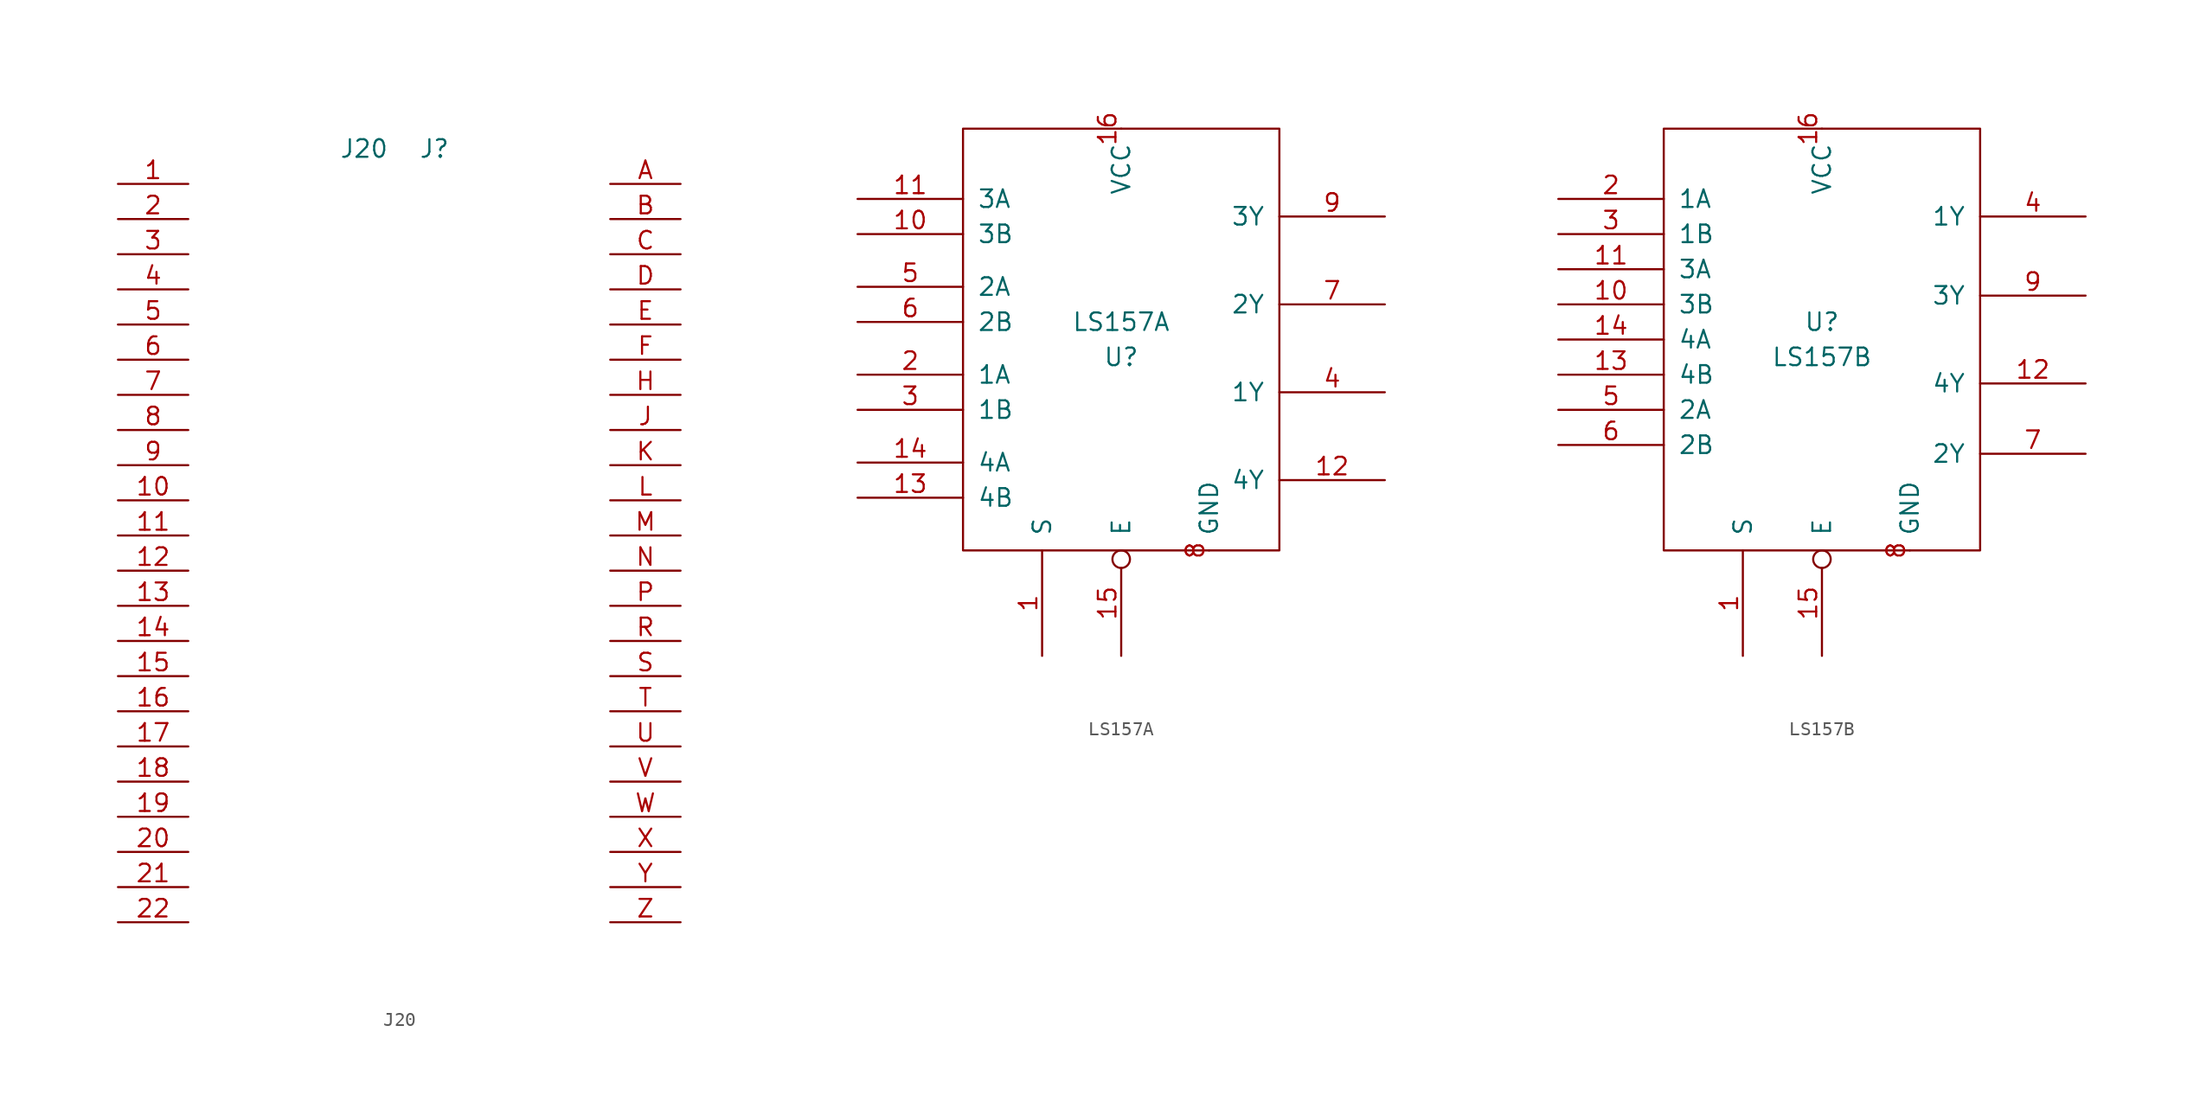
<source format=kicad_sym>
(kicad_symbol_lib
  (version 20211014)
  (generator kicad_symbol_editor)
  (symbol "J20"
    (pin_names
      (offset 1.016))
    (property "Reference" "J"
      (at 2.54 29.21 0)
      (effects (font (size 1.27 1.27))))
    (property "Value" "J20"
      (at -2.54 29.21 0)
      (effects (font (size 1.27 1.27))))
    (symbol "J20_1_1"
      (pin passive line (at -20.32 26.67 0) (length 5.08) (name "~" (effects (font (size 1.27 1.27)))) (number "1" (effects (font (size 1.27 1.27)))))
      (pin passive line (at -20.32 3.81 0) (length 5.08) (name "~" (effects (font (size 1.27 1.27)))) (number "10" (effects (font (size 1.27 1.27)))))
      (pin passive line (at -20.32 1.27 0) (length 5.08) (name "~" (effects (font (size 1.27 1.27)))) (number "11" (effects (font (size 1.27 1.27)))))
      (pin passive line (at -20.32 -1.27 0) (length 5.08) (name "~" (effects (font (size 1.27 1.27)))) (number "12" (effects (font (size 1.27 1.27)))))
      (pin passive line (at -20.32 -3.81 0) (length 5.08) (name "~" (effects (font (size 1.27 1.27)))) (number "13" (effects (font (size 1.27 1.27)))))
      (pin passive line (at -20.32 -6.35 0) (length 5.08) (name "~" (effects (font (size 1.27 1.27)))) (number "14" (effects (font (size 1.27 1.27)))))
      (pin passive line (at -20.32 -8.89 0) (length 5.08) (name "~" (effects (font (size 1.27 1.27)))) (number "15" (effects (font (size 1.27 1.27)))))
      (pin passive line (at -20.32 -11.43 0) (length 5.08) (name "~" (effects (font (size 1.27 1.27)))) (number "16" (effects (font (size 1.27 1.27)))))
      (pin passive line (at -20.32 -13.97 0) (length 5.08) (name "~" (effects (font (size 1.27 1.27)))) (number "17" (effects (font (size 1.27 1.27)))))
      (pin passive line (at -20.32 -16.51 0) (length 5.08) (name "~" (effects (font (size 1.27 1.27)))) (number "18" (effects (font (size 1.27 1.27)))))
      (pin passive line (at -20.32 -19.05 0) (length 5.08) (name "~" (effects (font (size 1.27 1.27)))) (number "19" (effects (font (size 1.27 1.27)))))
      (pin passive line (at -20.32 24.13 0) (length 5.08) (name "~" (effects (font (size 1.27 1.27)))) (number "2" (effects (font (size 1.27 1.27)))))
      (pin passive line (at -20.32 -21.59 0) (length 5.08) (name "~" (effects (font (size 1.27 1.27)))) (number "20" (effects (font (size 1.27 1.27)))))
      (pin passive line (at -20.32 -24.13 0) (length 5.08) (name "~" (effects (font (size 1.27 1.27)))) (number "21" (effects (font (size 1.27 1.27)))))
      (pin passive line (at -20.32 -26.67 0) (length 5.08) (name "~" (effects (font (size 1.27 1.27)))) (number "22" (effects (font (size 1.27 1.27)))))
      (pin passive line (at -20.32 21.59 0) (length 5.08) (name "~" (effects (font (size 1.27 1.27)))) (number "3" (effects (font (size 1.27 1.27)))))
      (pin passive line (at -20.32 19.05 0) (length 5.08) (name "~" (effects (font (size 1.27 1.27)))) (number "4" (effects (font (size 1.27 1.27)))))
      (pin passive line (at -20.32 16.51 0) (length 5.08) (name "~" (effects (font (size 1.27 1.27)))) (number "5" (effects (font (size 1.27 1.27)))))
      (pin passive line (at -20.32 13.97 0) (length 5.08) (name "~" (effects (font (size 1.27 1.27)))) (number "6" (effects (font (size 1.27 1.27)))))
      (pin passive line (at -20.32 11.43 0) (length 5.08) (name "~" (effects (font (size 1.27 1.27)))) (number "7" (effects (font (size 1.27 1.27)))))
      (pin passive line (at -20.32 8.89 0) (length 5.08) (name "~" (effects (font (size 1.27 1.27)))) (number "8" (effects (font (size 1.27 1.27)))))
      (pin passive line (at -20.32 6.35 0) (length 5.08) (name "~" (effects (font (size 1.27 1.27)))) (number "9" (effects (font (size 1.27 1.27)))))
      (pin passive line (at 20.32 26.67 180) (length 5.08) (name "~" (effects (font (size 1.27 1.27)))) (number "A" (effects (font (size 1.27 1.27)))))
      (pin passive line (at 20.32 24.13 180) (length 5.08) (name "~" (effects (font (size 1.27 1.27)))) (number "B" (effects (font (size 1.27 1.27)))))
      (pin passive line (at 20.32 21.59 180) (length 5.08) (name "~" (effects (font (size 1.27 1.27)))) (number "C" (effects (font (size 1.27 1.27)))))
      (pin passive line (at 20.32 19.05 180) (length 5.08) (name "~" (effects (font (size 1.27 1.27)))) (number "D" (effects (font (size 1.27 1.27)))))
      (pin passive line (at 20.32 16.51 180) (length 5.08) (name "~" (effects (font (size 1.27 1.27)))) (number "E" (effects (font (size 1.27 1.27)))))
      (pin passive line (at 20.32 13.97 180) (length 5.08) (name "~" (effects (font (size 1.27 1.27)))) (number "F" (effects (font (size 1.27 1.27)))))
      (pin passive line (at 20.32 11.43 180) (length 5.08) (name "~" (effects (font (size 1.27 1.27)))) (number "H" (effects (font (size 1.27 1.27)))))
      (pin passive line (at 20.32 8.89 180) (length 5.08) (name "~" (effects (font (size 1.27 1.27)))) (number "J" (effects (font (size 1.27 1.27)))))
      (pin passive line (at 20.32 6.35 180) (length 5.08) (name "~" (effects (font (size 1.27 1.27)))) (number "K" (effects (font (size 1.27 1.27)))))
      (pin passive line (at 20.32 3.81 180) (length 5.08) (name "~" (effects (font (size 1.27 1.27)))) (number "L" (effects (font (size 1.27 1.27)))))
      (pin passive line (at 20.32 1.27 180) (length 5.08) (name "~" (effects (font (size 1.27 1.27)))) (number "M" (effects (font (size 1.27 1.27)))))
      (pin passive line (at 20.32 -1.27 180) (length 5.08) (name "~" (effects (font (size 1.27 1.27)))) (number "N" (effects (font (size 1.27 1.27)))))
      (pin passive line (at 20.32 -3.81 180) (length 5.08) (name "~" (effects (font (size 1.27 1.27)))) (number "P" (effects (font (size 1.27 1.27)))))
      (pin passive line (at 20.32 -6.35 180) (length 5.08) (name "~" (effects (font (size 1.27 1.27)))) (number "R" (effects (font (size 1.27 1.27)))))
      (pin passive line (at 20.32 -8.89 180) (length 5.08) (name "~" (effects (font (size 1.27 1.27)))) (number "S" (effects (font (size 1.27 1.27)))))
      (pin passive line (at 20.32 -11.43 180) (length 5.08) (name "~" (effects (font (size 1.27 1.27)))) (number "T" (effects (font (size 1.27 1.27)))))
      (pin passive line (at 20.32 -13.97 180) (length 5.08) (name "~" (effects (font (size 1.27 1.27)))) (number "U" (effects (font (size 1.27 1.27)))))
      (pin passive line (at 20.32 -16.51 180) (length 5.08) (name "~" (effects (font (size 1.27 1.27)))) (number "V" (effects (font (size 1.27 1.27)))))
      (pin passive line (at 20.32 -19.05 180) (length 5.08) (name "~" (effects (font (size 1.27 1.27)))) (number "W" (effects (font (size 1.27 1.27)))))
      (pin passive line (at 20.32 -21.59 180) (length 5.08) (name "~" (effects (font (size 1.27 1.27)))) (number "X" (effects (font (size 1.27 1.27)))))
      (pin passive line (at 20.32 -24.13 180) (length 5.08) (name "~" (effects (font (size 1.27 1.27)))) (number "Y" (effects (font (size 1.27 1.27)))))
      (pin passive line (at 20.32 -26.67 180) (length 5.08) (name "~" (effects (font (size 1.27 1.27)))) (number "Z" (effects (font (size 1.27 1.27)))))))
  (symbol "LS157A"
    (pin_names
      (offset 1.016))
    (property "Reference" "U"
      (at 0 -1.27 0)
      (effects (font (size 1.27 1.27))))
    (property "Value" "LS157A"
      (at 0 1.27 0)
      (effects (font (size 1.27 1.27))))
    (symbol "LS157A_1_1"
      (rectangle (start -11.43 15.24) (end 11.43 -15.24) (stroke (width 0) (type default) (color 0 0 0 0)) (fill (type none)))
      (pin input line (at -5.715 -22.86 90) (length 7.62) (name "S" (effects (font (size 1.27 1.27)))) (number "1" (effects (font (size 1.27 1.27)))))
      (pin input line (at -19.05 7.62 0) (length 7.62) (name "3B" (effects (font (size 1.27 1.27)))) (number "10" (effects (font (size 1.27 1.27)))))
      (pin input line (at -19.05 10.16 0) (length 7.62) (name "3A" (effects (font (size 1.27 1.27)))) (number "11" (effects (font (size 1.27 1.27)))))
      (pin output line (at 19.05 -10.16 180) (length 7.62) (name "4Y" (effects (font (size 1.27 1.27)))) (number "12" (effects (font (size 1.27 1.27)))))
      (pin input line (at -19.05 -11.43 0) (length 7.62) (name "4B" (effects (font (size 1.27 1.27)))) (number "13" (effects (font (size 1.27 1.27)))))
      (pin input line (at -19.05 -8.89 0) (length 7.62) (name "4A" (effects (font (size 1.27 1.27)))) (number "14" (effects (font (size 1.27 1.27)))))
      (pin input inverted (at 0 -22.86 90) (length 7.62) (name "E" (effects (font (size 1.27 1.27)))) (number "15" (effects (font (size 1.27 1.27)))))
      (pin power_in line (at 0 15.24 270) (length 0) (name "VCC" (effects (font (size 1.27 1.27)))) (number "16" (effects (font (size 1.27 1.27)))))
      (pin input line (at -19.05 -2.54 0) (length 7.62) (name "1A" (effects (font (size 1.27 1.27)))) (number "2" (effects (font (size 1.27 1.27)))))
      (pin input line (at -19.05 -5.08 0) (length 7.62) (name "1B" (effects (font (size 1.27 1.27)))) (number "3" (effects (font (size 1.27 1.27)))))
      (pin output line (at 19.05 -3.81 180) (length 7.62) (name "1Y" (effects (font (size 1.27 1.27)))) (number "4" (effects (font (size 1.27 1.27)))))
      (pin input line (at -19.05 3.81 0) (length 7.62) (name "2A" (effects (font (size 1.27 1.27)))) (number "5" (effects (font (size 1.27 1.27)))))
      (pin input line (at -19.05 1.27 0) (length 7.62) (name "2B" (effects (font (size 1.27 1.27)))) (number "6" (effects (font (size 1.27 1.27)))))
      (pin output line (at 19.05 2.54 180) (length 7.62) (name "2Y" (effects (font (size 1.27 1.27)))) (number "7" (effects (font (size 1.27 1.27)))))
      (pin power_in line (at 6.35 -15.24 90) (length 0) (name "GND" (effects (font (size 1.27 1.27)))) (number "8" (effects (font (size 1.27 1.27)))))
      (pin output line (at 19.05 8.89 180) (length 7.62) (name "3Y" (effects (font (size 1.27 1.27)))) (number "9" (effects (font (size 1.27 1.27)))))))
  (symbol "LS157B"
    (pin_names
      (offset 1.016))
    (property "Reference" "U"
      (at 0 1.27 0)
      (effects (font (size 1.27 1.27))))
    (property "Value" "LS157B"
      (at 0 -1.27 0)
      (effects (font (size 1.27 1.27))))
    (symbol "LS157B_1_1"
      (rectangle (start -11.43 15.24) (end 11.43 -15.24) (stroke (width 0) (type default) (color 0 0 0 0)) (fill (type none)))
      (pin input line (at -5.715 -22.86 90) (length 7.62) (name "S" (effects (font (size 1.27 1.27)))) (number "1" (effects (font (size 1.27 1.27)))))
      (pin input line (at -19.05 2.54 0) (length 7.62) (name "3B" (effects (font (size 1.27 1.27)))) (number "10" (effects (font (size 1.27 1.27)))))
      (pin input line (at -19.05 5.08 0) (length 7.62) (name "3A" (effects (font (size 1.27 1.27)))) (number "11" (effects (font (size 1.27 1.27)))))
      (pin output line (at 19.05 -3.175 180) (length 7.62) (name "4Y" (effects (font (size 1.27 1.27)))) (number "12" (effects (font (size 1.27 1.27)))))
      (pin input line (at -19.05 -2.54 0) (length 7.62) (name "4B" (effects (font (size 1.27 1.27)))) (number "13" (effects (font (size 1.27 1.27)))))
      (pin input line (at -19.05 0 0) (length 7.62) (name "4A" (effects (font (size 1.27 1.27)))) (number "14" (effects (font (size 1.27 1.27)))))
      (pin input inverted (at 0 -22.86 90) (length 7.62) (name "E" (effects (font (size 1.27 1.27)))) (number "15" (effects (font (size 1.27 1.27)))))
      (pin power_in line (at 0 15.24 270) (length 0) (name "VCC" (effects (font (size 1.27 1.27)))) (number "16" (effects (font (size 1.27 1.27)))))
      (pin input line (at -19.05 10.16 0) (length 7.62) (name "1A" (effects (font (size 1.27 1.27)))) (number "2" (effects (font (size 1.27 1.27)))))
      (pin input line (at -19.05 7.62 0) (length 7.62) (name "1B" (effects (font (size 1.27 1.27)))) (number "3" (effects (font (size 1.27 1.27)))))
      (pin output line (at 19.05 8.89 180) (length 7.62) (name "1Y" (effects (font (size 1.27 1.27)))) (number "4" (effects (font (size 1.27 1.27)))))
      (pin input line (at -19.05 -5.08 0) (length 7.62) (name "2A" (effects (font (size 1.27 1.27)))) (number "5" (effects (font (size 1.27 1.27)))))
      (pin input line (at -19.05 -7.62 0) (length 7.62) (name "2B" (effects (font (size 1.27 1.27)))) (number "6" (effects (font (size 1.27 1.27)))))
      (pin output line (at 19.05 -8.255 180) (length 7.62) (name "2Y" (effects (font (size 1.27 1.27)))) (number "7" (effects (font (size 1.27 1.27)))))
      (pin power_in line (at 6.35 -15.24 90) (length 0) (name "GND" (effects (font (size 1.27 1.27)))) (number "8" (effects (font (size 1.27 1.27)))))
      (pin output line (at 19.05 3.175 180) (length 7.62) (name "3Y" (effects (font (size 1.27 1.27)))) (number "9" (effects (font (size 1.27 1.27))))))))
</source>
